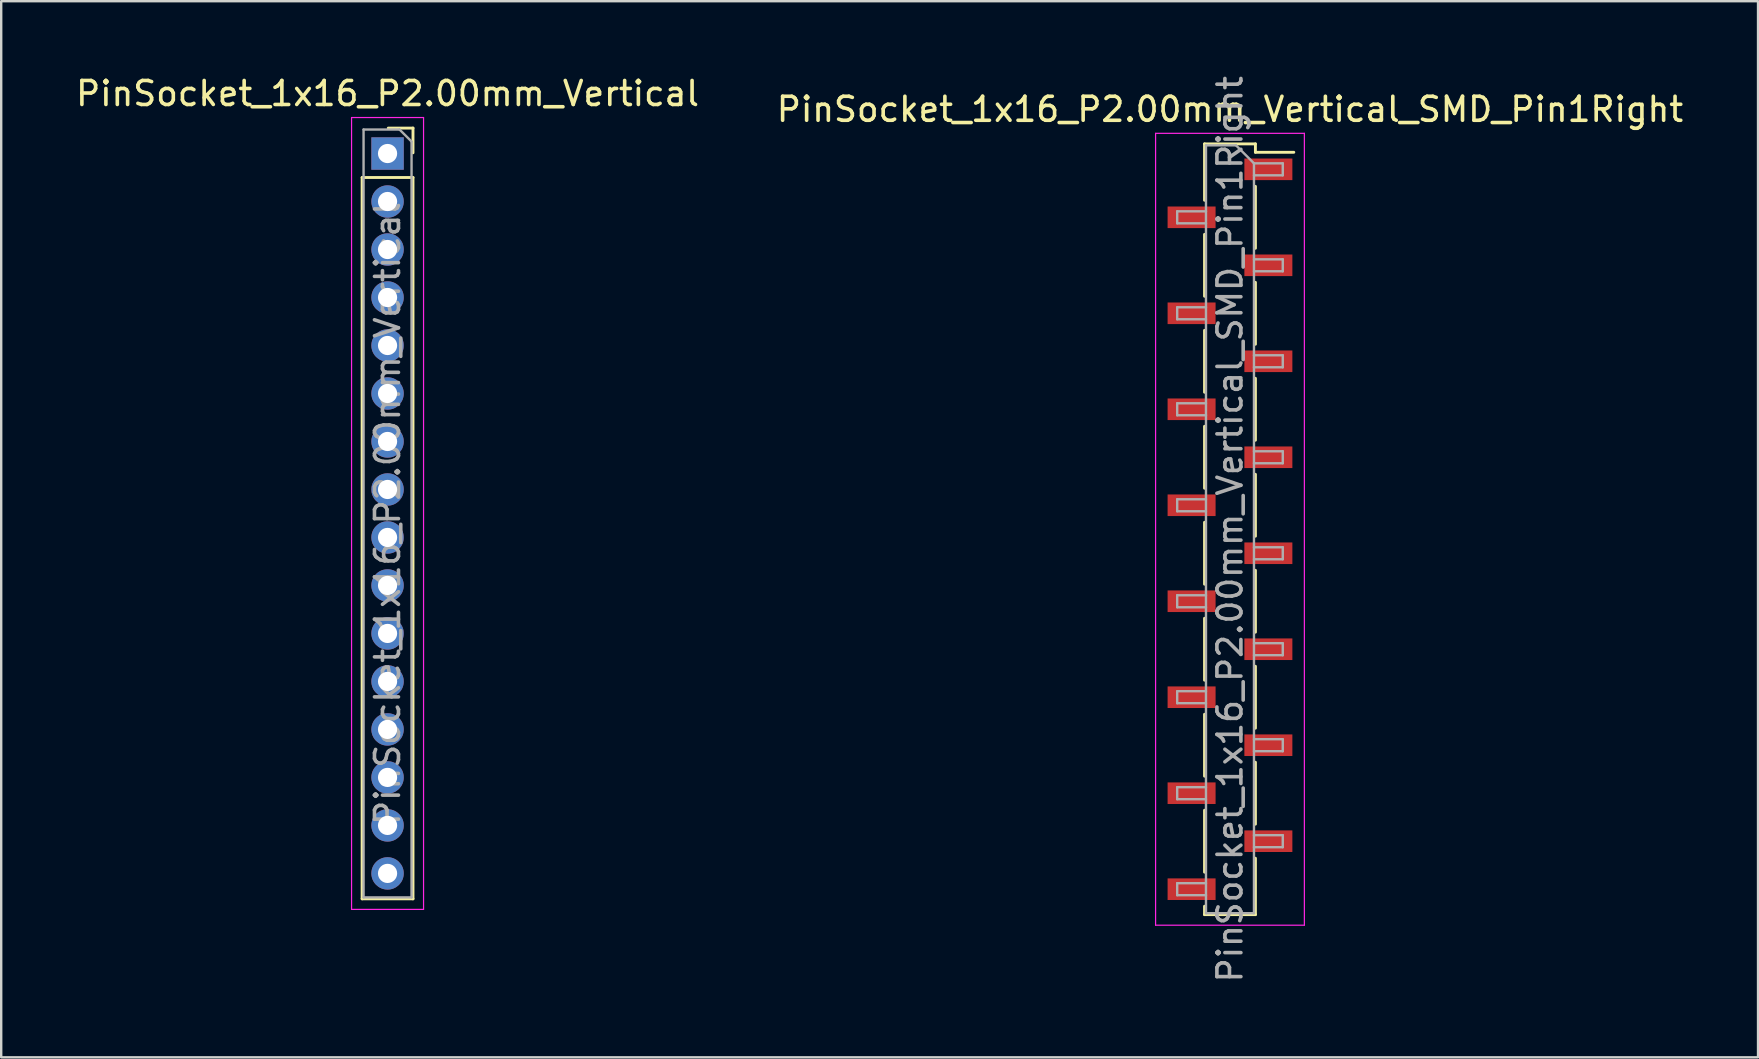
<source format=kicad_pcb>
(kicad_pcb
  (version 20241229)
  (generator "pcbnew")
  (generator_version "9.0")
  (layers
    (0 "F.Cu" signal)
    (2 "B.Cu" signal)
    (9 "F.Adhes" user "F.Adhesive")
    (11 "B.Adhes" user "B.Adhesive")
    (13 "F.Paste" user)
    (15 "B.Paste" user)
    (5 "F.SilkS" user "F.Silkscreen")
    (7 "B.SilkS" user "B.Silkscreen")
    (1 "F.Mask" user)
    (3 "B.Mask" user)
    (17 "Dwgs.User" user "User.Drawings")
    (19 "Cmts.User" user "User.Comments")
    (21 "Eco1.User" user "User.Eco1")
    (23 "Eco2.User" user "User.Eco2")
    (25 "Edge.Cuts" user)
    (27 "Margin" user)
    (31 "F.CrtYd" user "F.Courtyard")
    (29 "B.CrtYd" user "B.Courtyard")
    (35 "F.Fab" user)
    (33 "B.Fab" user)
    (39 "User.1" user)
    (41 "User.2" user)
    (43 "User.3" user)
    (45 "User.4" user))
  (footprint "PinSocket_1x16_P2.00mm_Vertical"
    (layer "F.Cu")
    (at 13.101 3.348)
    (property "Reference" "PinSocket_1x16_P2.00mm_Vertical" (at 0 -2.5 0) (layer "F.SilkS") (effects (font (size 1 1) (thickness 0.15))))
    (attr through_hole)
    (fp_line (start -1.06 1) (end -1.06 31.06) (stroke (width 0.12) (type solid)) (layer "F.SilkS"))
    (fp_line (start -1.06 31.06) (end 1.06 31.06) (stroke (width 0.12) (type solid)) (layer "F.SilkS"))
    (fp_line (start 1.06 -1.06) (end 0.03 -1.06) (stroke (width 0.12) (type solid)) (layer "F.SilkS"))
    (fp_line (start 1.06 -0.03) (end 1.06 -1.06) (stroke (width 0.12) (type solid)) (layer "F.SilkS"))
    (fp_line (start 1.06 1) (end -1.06 1) (stroke (width 0.12) (type solid)) (layer "F.SilkS"))
    (fp_line (start 1.06 31.06) (end 1.06 1) (stroke (width 0.12) (type solid)) (layer "F.SilkS"))
    (fp_line (start -1.5 -1.5) (end 1.5 -1.5) (stroke (width 0.05) (type solid)) (layer "F.CrtYd"))
    (fp_line (start -1.5 31.5) (end -1.5 -1.5) (stroke (width 0.05) (type solid)) (layer "F.CrtYd"))
    (fp_line (start 1.5 -1.5) (end 1.5 31.5) (stroke (width 0.05) (type solid)) (layer "F.CrtYd"))
    (fp_line (start 1.5 31.5) (end -1.5 31.5) (stroke (width 0.05) (type solid)) (layer "F.CrtYd"))
    (fp_line (start -1 -1) (end 0.5 -1) (stroke (width 0.1) (type solid)) (layer "F.Fab"))
    (fp_line (start -1 31) (end -1 -1) (stroke (width 0.1) (type solid)) (layer "F.Fab"))
    (fp_line (start 0.5 -1) (end 1 -0.5) (stroke (width 0.1) (type solid)) (layer "F.Fab"))
    (fp_line (start 1 -0.5) (end 1 31) (stroke (width 0.1) (type solid)) (layer "F.Fab"))
    (fp_line (start 1 31) (end -1 31) (stroke (width 0.1) (type solid)) (layer "F.Fab"))
    (fp_text user "${REFERENCE}" (at 0 15 90) (layer "F.Fab") (effects (font (size 1 1) (thickness 0.15))))
    (pad "1" thru_hole rect (at 0 0) (size 1.35 1.35) (drill 0.8) (layers "*.Cu" "*.Mask"))
    (pad "2" thru_hole oval (at 0 2) (size 1.35 1.35) (drill 0.8) (layers "*.Cu" "*.Mask"))
    (pad "3" thru_hole oval (at 0 4) (size 1.35 1.35) (drill 0.8) (layers "*.Cu" "*.Mask"))
    (pad "4" thru_hole oval (at 0 6) (size 1.35 1.35) (drill 0.8) (layers "*.Cu" "*.Mask"))
    (pad "5" thru_hole oval (at 0 8) (size 1.35 1.35) (drill 0.8) (layers "*.Cu" "*.Mask"))
    (pad "6" thru_hole oval (at 0 10) (size 1.35 1.35) (drill 0.8) (layers "*.Cu" "*.Mask"))
    (pad "7" thru_hole oval (at 0 12) (size 1.35 1.35) (drill 0.8) (layers "*.Cu" "*.Mask"))
    (pad "8" thru_hole oval (at 0 14) (size 1.35 1.35) (drill 0.8) (layers "*.Cu" "*.Mask"))
    (pad "9" thru_hole oval (at 0 16) (size 1.35 1.35) (drill 0.8) (layers "*.Cu" "*.Mask"))
    (pad "10" thru_hole oval (at 0 18) (size 1.35 1.35) (drill 0.8) (layers "*.Cu" "*.Mask"))
    (pad "11" thru_hole oval (at 0 20) (size 1.35 1.35) (drill 0.8) (layers "*.Cu" "*.Mask"))
    (pad "12" thru_hole oval (at 0 22) (size 1.35 1.35) (drill 0.8) (layers "*.Cu" "*.Mask"))
    (pad "13" thru_hole oval (at 0 24) (size 1.35 1.35) (drill 0.8) (layers "*.Cu" "*.Mask"))
    (pad "14" thru_hole oval (at 0 26) (size 1.35 1.35) (drill 0.8) (layers "*.Cu" "*.Mask"))
    (pad "15" thru_hole oval (at 0 28) (size 1.35 1.35) (drill 0.8) (layers "*.Cu" "*.Mask"))
    (pad "16" thru_hole oval (at 0 30) (size 1.35 1.35) (drill 0.8) (layers "*.Cu" "*.Mask")))
  (footprint "PinSocket_1x16_P2.00mm_Vertical_SMD_Pin1Right"
    (layer "F.Cu")
    (at 48.208 19.006)
    (property "Reference" "PinSocket_1x16_P2.00mm_Vertical_SMD_Pin1Right" (at 0 -17.5 0) (layer "F.SilkS") (effects (font (size 1 1) (thickness 0.15))))
    (attr smd)
    (fp_line (start -1.06 -16.06) (end -1.06 -13.71) (stroke (width 0.12) (type solid)) (layer "F.SilkS"))
    (fp_line (start -1.06 -16.06) (end 1.06 -16.06) (stroke (width 0.12) (type solid)) (layer "F.SilkS"))
    (fp_line (start -1.06 -12.29) (end -1.06 -9.71) (stroke (width 0.12) (type solid)) (layer "F.SilkS"))
    (fp_line (start -1.06 -8.29) (end -1.06 -5.71) (stroke (width 0.12) (type solid)) (layer "F.SilkS"))
    (fp_line (start -1.06 -4.29) (end -1.06 -1.71) (stroke (width 0.12) (type solid)) (layer "F.SilkS"))
    (fp_line (start -1.06 -0.29) (end -1.06 2.29) (stroke (width 0.12) (type solid)) (layer "F.SilkS"))
    (fp_line (start -1.06 3.71) (end -1.06 6.29) (stroke (width 0.12) (type solid)) (layer "F.SilkS"))
    (fp_line (start -1.06 7.71) (end -1.06 10.29) (stroke (width 0.12) (type solid)) (layer "F.SilkS"))
    (fp_line (start -1.06 11.71) (end -1.06 14.29) (stroke (width 0.12) (type solid)) (layer "F.SilkS"))
    (fp_line (start -1.06 16.06) (end -1.06 15.71) (stroke (width 0.12) (type solid)) (layer "F.SilkS"))
    (fp_line (start 1.06 -16.06) (end 1.06 -15.71) (stroke (width 0.12) (type solid)) (layer "F.SilkS"))
    (fp_line (start 1.06 -15.71) (end 2.66 -15.71) (stroke (width 0.12) (type solid)) (layer "F.SilkS"))
    (fp_line (start 1.06 -14.29) (end 1.06 -11.71) (stroke (width 0.12) (type solid)) (layer "F.SilkS"))
    (fp_line (start 1.06 -10.29) (end 1.06 -7.71) (stroke (width 0.12) (type solid)) (layer "F.SilkS"))
    (fp_line (start 1.06 -6.29) (end 1.06 -3.71) (stroke (width 0.12) (type solid)) (layer "F.SilkS"))
    (fp_line (start 1.06 -2.29) (end 1.06 0.29) (stroke (width 0.12) (type solid)) (layer "F.SilkS"))
    (fp_line (start 1.06 1.71) (end 1.06 4.29) (stroke (width 0.12) (type solid)) (layer "F.SilkS"))
    (fp_line (start 1.06 5.71) (end 1.06 8.29) (stroke (width 0.12) (type solid)) (layer "F.SilkS"))
    (fp_line (start 1.06 9.71) (end 1.06 12.29) (stroke (width 0.12) (type solid)) (layer "F.SilkS"))
    (fp_line (start 1.06 13.71) (end 1.06 16.06) (stroke (width 0.12) (type solid)) (layer "F.SilkS"))
    (fp_line (start 1.06 16.06) (end -1.06 16.06) (stroke (width 0.12) (type solid)) (layer "F.SilkS"))
    (fp_line (start -3.1 -16.5) (end 3.1 -16.5) (stroke (width 0.05) (type solid)) (layer "F.CrtYd"))
    (fp_line (start -3.1 16.5) (end -3.1 -16.5) (stroke (width 0.05) (type solid)) (layer "F.CrtYd"))
    (fp_line (start 3.1 -16.5) (end 3.1 16.5) (stroke (width 0.05) (type solid)) (layer "F.CrtYd"))
    (fp_line (start 3.1 16.5) (end -3.1 16.5) (stroke (width 0.05) (type solid)) (layer "F.CrtYd"))
    (fp_line (start -2.2 -13.25) (end -1 -13.25) (stroke (width 0.1) (type solid)) (layer "F.Fab"))
    (fp_line (start -2.2 -12.75) (end -2.2 -13.25) (stroke (width 0.1) (type solid)) (layer "F.Fab"))
    (fp_line (start -2.2 -9.25) (end -1 -9.25) (stroke (width 0.1) (type solid)) (layer "F.Fab"))
    (fp_line (start -2.2 -8.75) (end -2.2 -9.25) (stroke (width 0.1) (type solid)) (layer "F.Fab"))
    (fp_line (start -2.2 -5.25) (end -1 -5.25) (stroke (width 0.1) (type solid)) (layer "F.Fab"))
    (fp_line (start -2.2 -4.75) (end -2.2 -5.25) (stroke (width 0.1) (type solid)) (layer "F.Fab"))
    (fp_line (start -2.2 -1.25) (end -1 -1.25) (stroke (width 0.1) (type solid)) (layer "F.Fab"))
    (fp_line (start -2.2 -0.75) (end -2.2 -1.25) (stroke (width 0.1) (type solid)) (layer "F.Fab"))
    (fp_line (start -2.2 2.75) (end -1 2.75) (stroke (width 0.1) (type solid)) (layer "F.Fab"))
    (fp_line (start -2.2 3.25) (end -2.2 2.75) (stroke (width 0.1) (type solid)) (layer "F.Fab"))
    (fp_line (start -2.2 6.75) (end -1 6.75) (stroke (width 0.1) (type solid)) (layer "F.Fab"))
    (fp_line (start -2.2 7.25) (end -2.2 6.75) (stroke (width 0.1) (type solid)) (layer "F.Fab"))
    (fp_line (start -2.2 10.75) (end -1 10.75) (stroke (width 0.1) (type solid)) (layer "F.Fab"))
    (fp_line (start -2.2 11.25) (end -2.2 10.75) (stroke (width 0.1) (type solid)) (layer "F.Fab"))
    (fp_line (start -2.2 14.75) (end -1 14.75) (stroke (width 0.1) (type solid)) (layer "F.Fab"))
    (fp_line (start -2.2 15.25) (end -2.2 14.75) (stroke (width 0.1) (type solid)) (layer "F.Fab"))
    (fp_line (start -1 -16) (end 0.25 -16) (stroke (width 0.1) (type solid)) (layer "F.Fab"))
    (fp_line (start -1 -12.75) (end -2.2 -12.75) (stroke (width 0.1) (type solid)) (layer "F.Fab"))
    (fp_line (start -1 -8.75) (end -2.2 -8.75) (stroke (width 0.1) (type solid)) (layer "F.Fab"))
    (fp_line (start -1 -4.75) (end -2.2 -4.75) (stroke (width 0.1) (type solid)) (layer "F.Fab"))
    (fp_line (start -1 -0.75) (end -2.2 -0.75) (stroke (width 0.1) (type solid)) (layer "F.Fab"))
    (fp_line (start -1 3.25) (end -2.2 3.25) (stroke (width 0.1) (type solid)) (layer "F.Fab"))
    (fp_line (start -1 7.25) (end -2.2 7.25) (stroke (width 0.1) (type solid)) (layer "F.Fab"))
    (fp_line (start -1 11.25) (end -2.2 11.25) (stroke (width 0.1) (type solid)) (layer "F.Fab"))
    (fp_line (start -1 15.25) (end -2.2 15.25) (stroke (width 0.1) (type solid)) (layer "F.Fab"))
    (fp_line (start -1 16) (end -1 -16) (stroke (width 0.1) (type solid)) (layer "F.Fab"))
    (fp_line (start 0.25 -16) (end 1 -15.25) (stroke (width 0.1) (type solid)) (layer "F.Fab"))
    (fp_line (start 1 -15.25) (end 1 16) (stroke (width 0.1) (type solid)) (layer "F.Fab"))
    (fp_line (start 1 -15.25) (end 2.2 -15.25) (stroke (width 0.1) (type solid)) (layer "F.Fab"))
    (fp_line (start 1 -11.25) (end 2.2 -11.25) (stroke (width 0.1) (type solid)) (layer "F.Fab"))
    (fp_line (start 1 -7.25) (end 2.2 -7.25) (stroke (width 0.1) (type solid)) (layer "F.Fab"))
    (fp_line (start 1 -3.25) (end 2.2 -3.25) (stroke (width 0.1) (type solid)) (layer "F.Fab"))
    (fp_line (start 1 0.75) (end 2.2 0.75) (stroke (width 0.1) (type solid)) (layer "F.Fab"))
    (fp_line (start 1 4.75) (end 2.2 4.75) (stroke (width 0.1) (type solid)) (layer "F.Fab"))
    (fp_line (start 1 8.75) (end 2.2 8.75) (stroke (width 0.1) (type solid)) (layer "F.Fab"))
    (fp_line (start 1 12.75) (end 2.2 12.75) (stroke (width 0.1) (type solid)) (layer "F.Fab"))
    (fp_line (start 1 16) (end -1 16) (stroke (width 0.1) (type solid)) (layer "F.Fab"))
    (fp_line (start 2.2 -15.25) (end 2.2 -14.75) (stroke (width 0.1) (type solid)) (layer "F.Fab"))
    (fp_line (start 2.2 -14.75) (end 1 -14.75) (stroke (width 0.1) (type solid)) (layer "F.Fab"))
    (fp_line (start 2.2 -11.25) (end 2.2 -10.75) (stroke (width 0.1) (type solid)) (layer "F.Fab"))
    (fp_line (start 2.2 -10.75) (end 1 -10.75) (stroke (width 0.1) (type solid)) (layer "F.Fab"))
    (fp_line (start 2.2 -7.25) (end 2.2 -6.75) (stroke (width 0.1) (type solid)) (layer "F.Fab"))
    (fp_line (start 2.2 -6.75) (end 1 -6.75) (stroke (width 0.1) (type solid)) (layer "F.Fab"))
    (fp_line (start 2.2 -3.25) (end 2.2 -2.75) (stroke (width 0.1) (type solid)) (layer "F.Fab"))
    (fp_line (start 2.2 -2.75) (end 1 -2.75) (stroke (width 0.1) (type solid)) (layer "F.Fab"))
    (fp_line (start 2.2 0.75) (end 2.2 1.25) (stroke (width 0.1) (type solid)) (layer "F.Fab"))
    (fp_line (start 2.2 1.25) (end 1 1.25) (stroke (width 0.1) (type solid)) (layer "F.Fab"))
    (fp_line (start 2.2 4.75) (end 2.2 5.25) (stroke (width 0.1) (type solid)) (layer "F.Fab"))
    (fp_line (start 2.2 5.25) (end 1 5.25) (stroke (width 0.1) (type solid)) (layer "F.Fab"))
    (fp_line (start 2.2 8.75) (end 2.2 9.25) (stroke (width 0.1) (type solid)) (layer "F.Fab"))
    (fp_line (start 2.2 9.25) (end 1 9.25) (stroke (width 0.1) (type solid)) (layer "F.Fab"))
    (fp_line (start 2.2 12.75) (end 2.2 13.25) (stroke (width 0.1) (type solid)) (layer "F.Fab"))
    (fp_line (start 2.2 13.25) (end 1 13.25) (stroke (width 0.1) (type solid)) (layer "F.Fab"))
    (fp_text user "${REFERENCE}" (at 0 0 90) (layer "F.Fab") (effects (font (size 1 1) (thickness 0.15))))
    (pad "1" smd rect (at 1.6 -15) (size 2 0.9) (layers "F.Cu" "F.Mask" "F.Paste"))
    (pad "2" smd rect (at -1.6 -13) (size 2 0.9) (layers "F.Cu" "F.Mask" "F.Paste"))
    (pad "3" smd rect (at 1.6 -11) (size 2 0.9) (layers "F.Cu" "F.Mask" "F.Paste"))
    (pad "4" smd rect (at -1.6 -9) (size 2 0.9) (layers "F.Cu" "F.Mask" "F.Paste"))
    (pad "5" smd rect (at 1.6 -7) (size 2 0.9) (layers "F.Cu" "F.Mask" "F.Paste"))
    (pad "6" smd rect (at -1.6 -5) (size 2 0.9) (layers "F.Cu" "F.Mask" "F.Paste"))
    (pad "7" smd rect (at 1.6 -3) (size 2 0.9) (layers "F.Cu" "F.Mask" "F.Paste"))
    (pad "8" smd rect (at -1.6 -1) (size 2 0.9) (layers "F.Cu" "F.Mask" "F.Paste"))
    (pad "9" smd rect (at 1.6 1) (size 2 0.9) (layers "F.Cu" "F.Mask" "F.Paste"))
    (pad "10" smd rect (at -1.6 3) (size 2 0.9) (layers "F.Cu" "F.Mask" "F.Paste"))
    (pad "11" smd rect (at 1.6 5) (size 2 0.9) (layers "F.Cu" "F.Mask" "F.Paste"))
    (pad "12" smd rect (at -1.6 7) (size 2 0.9) (layers "F.Cu" "F.Mask" "F.Paste"))
    (pad "13" smd rect (at 1.6 9) (size 2 0.9) (layers "F.Cu" "F.Mask" "F.Paste"))
    (pad "14" smd rect (at -1.6 11) (size 2 0.9) (layers "F.Cu" "F.Mask" "F.Paste"))
    (pad "15" smd rect (at 1.6 13) (size 2 0.9) (layers "F.Cu" "F.Mask" "F.Paste"))
    (pad "16" smd rect (at -1.6 15) (size 2 0.9) (layers "F.Cu" "F.Mask" "F.Paste")))
  (gr_rect
    (start -3 -3)
    (end 70.214 41.012)
    (stroke (width 0.1) (type default))
    (fill no)
    (layer "Edge.Cuts")))
</source>
